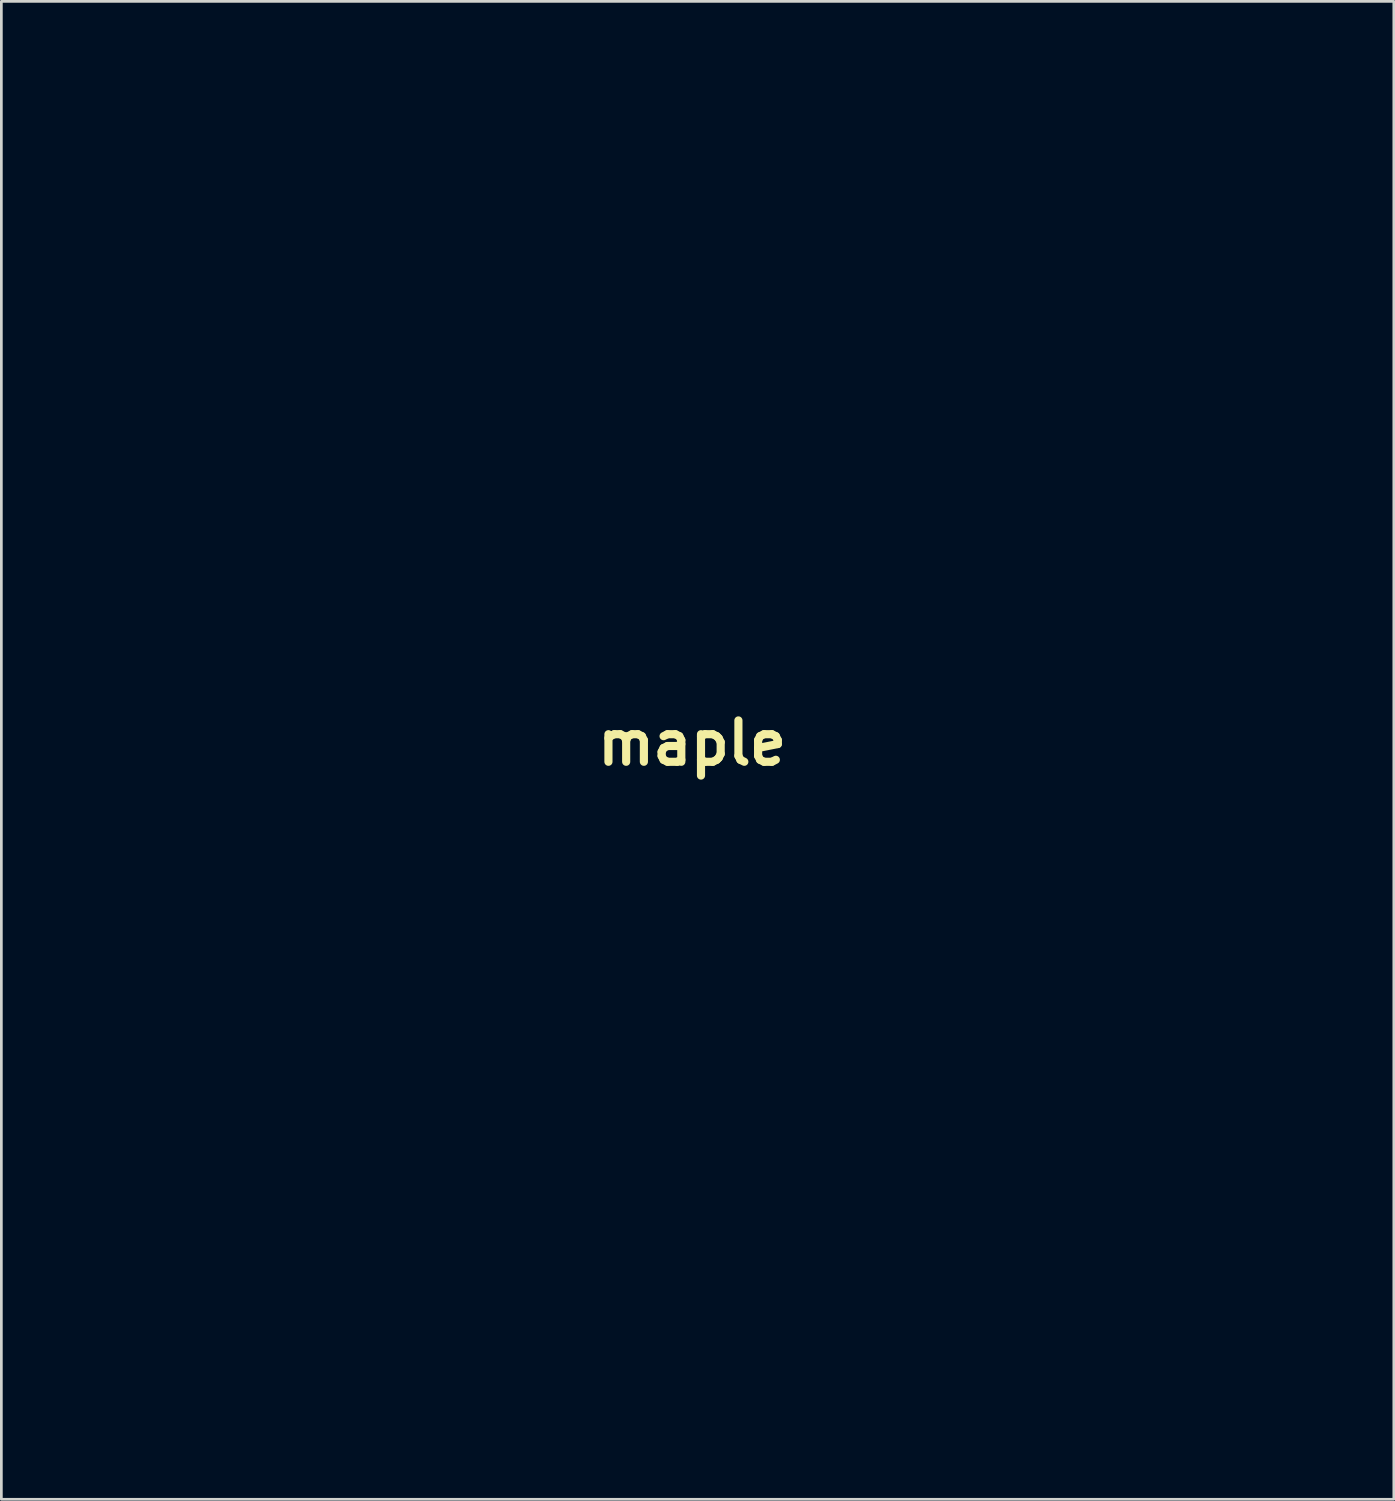
<source format=kicad_pcb>
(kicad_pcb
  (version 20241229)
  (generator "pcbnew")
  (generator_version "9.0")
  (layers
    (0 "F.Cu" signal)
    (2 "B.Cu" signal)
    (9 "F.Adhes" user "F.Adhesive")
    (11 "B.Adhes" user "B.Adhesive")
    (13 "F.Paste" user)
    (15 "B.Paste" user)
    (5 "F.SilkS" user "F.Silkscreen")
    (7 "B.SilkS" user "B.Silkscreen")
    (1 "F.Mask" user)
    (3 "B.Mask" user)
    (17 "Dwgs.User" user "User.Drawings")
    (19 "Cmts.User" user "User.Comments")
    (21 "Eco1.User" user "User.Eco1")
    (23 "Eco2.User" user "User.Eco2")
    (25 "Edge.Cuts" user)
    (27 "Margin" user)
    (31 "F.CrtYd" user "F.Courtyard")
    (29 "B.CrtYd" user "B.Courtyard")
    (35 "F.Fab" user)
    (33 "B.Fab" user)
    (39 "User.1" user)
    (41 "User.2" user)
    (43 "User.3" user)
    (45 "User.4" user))
  (footprint "maple"
    (layer "F.Cu")
    (at 22.457 24.334)
    (property "Reference" "maple" (at 0 0 0) (layer "F.SilkS") (effects (font (size 1.524 1.524) (thickness 0.3))))
    (attr through_hole)
    (fp_poly (pts (xy 0.532 -24.148) (xy 1.073 -23.495) (xy 1.729 -22.369) (xy 2.56 -20.769) (xy 2.79 -20.32) (xy 3.474 -18.997) (xy 4.077 -17.857) (xy 4.556 -16.98) (xy 4.869 -16.442) (xy 4.97 -16.309) (xy 5.249 -16.428) (xy 5.874 -16.743) (xy 6.724 -17.192) (xy 6.947 -17.312) (xy 7.882 -17.807) (xy 8.474 -18.066) (xy 8.842 -18.119) (xy 9.108 -17.993) (xy 9.248 -17.866) (xy 9.393 -17.688) (xy 9.483 -17.444) (xy 9.51 -17.064) (xy 9.469 -16.476) (xy 9.353 -15.609) (xy 9.155 -14.391) (xy 8.869 -12.751) (xy 8.709 -11.85) (xy 8.409 -10.177) (xy 8.135 -8.672) (xy 7.903 -7.42) (xy 7.728 -6.504) (xy 7.625 -6.005) (xy 7.61 -5.949) (xy 7.57 -5.654) (xy 7.755 -5.69) (xy 8.188 -6.079) (xy 8.894 -6.842) (xy 9.894 -8.001) (xy 10.25 -8.422) (xy 11.359 -9.716) (xy 12.199 -10.597) (xy 12.826 -11.079) (xy 13.296 -11.173) (xy 13.666 -10.892) (xy 13.993 -10.247) (xy 14.32 -9.291) (xy 14.634 -8.466) (xy 14.95 -7.911) (xy 15.157 -7.754) (xy 15.551 -7.813) (xy 16.34 -7.972) (xy 17.404 -8.206) (xy 18.368 -8.429) (xy 19.794 -8.755) (xy 20.809 -8.918) (xy 21.458 -8.86) (xy 21.786 -8.524) (xy 21.837 -7.855) (xy 21.658 -6.793) (xy 21.292 -5.284) (xy 21.186 -4.864) (xy 20.861 -3.552) (xy 20.592 -2.401) (xy 20.404 -1.524) (xy 20.322 -1.033) (xy 20.32 -0.999) (xy 20.545 -0.596) (xy 21.117 -0.149) (xy 21.341 -0.025) (xy 22.311 0.546) (xy 22.802 1.05) (xy 22.854 1.541) (xy 22.692 1.852) (xy 22.391 2.166) (xy 21.741 2.768) (xy 20.805 3.606) (xy 19.644 4.624) (xy 18.319 5.767) (xy 17.379 6.569) (xy 15.989 7.758) (xy 14.731 8.848) (xy 13.665 9.787) (xy 12.849 10.523) (xy 12.343 11.003) (xy 12.206 11.157) (xy 12.144 11.639) (xy 12.245 12.494) (xy 12.42 13.302) (xy 12.631 14.175) (xy 12.726 14.825) (xy 12.648 15.275) (xy 12.338 15.548) (xy 11.738 15.666) (xy 10.79 15.651) (xy 9.435 15.526) (xy 7.617 15.312) (xy 7.306 15.275) (xy 5.738 15.089) (xy 4.33 14.929) (xy 3.177 14.804) (xy 2.377 14.726) (xy 2.041 14.703) (xy 1.869 14.729) (xy 1.746 14.852) (xy 1.668 15.142) (xy 1.631 15.67) (xy 1.63 16.507) (xy 1.662 17.723) (xy 1.723 19.388) (xy 1.738 19.785) (xy 1.933 24.865) (xy -1.685 24.865) (xy -1.498 19.785) (xy -1.438 17.962) (xy -1.411 16.612) (xy -1.419 15.673) (xy -1.464 15.083) (xy -1.549 14.783) (xy -1.658 14.708) (xy -2.031 14.741) (xy -2.836 14.83) (xy -3.975 14.963) (xy -5.348 15.129) (xy -6.267 15.243) (xy -8.312 15.494) (xy -9.881 15.66) (xy -11.027 15.728) (xy -11.804 15.68) (xy -12.267 15.501) (xy -12.47 15.176) (xy -12.465 14.689) (xy -12.308 14.024) (xy -12.161 13.526) (xy -11.961 12.86) (xy -11.838 12.311) (xy -11.831 11.824) (xy -11.98 11.344) (xy -12.322 10.815) (xy -12.898 10.181) (xy -13.747 9.387) (xy -14.907 8.377) (xy -16.419 7.096) (xy -17.105 6.517) (xy -18.866 5.015) (xy -20.238 3.814) (xy -21.251 2.884) (xy -21.937 2.193) (xy -22.327 1.714) (xy -22.398 1.544) (xy -19.785 1.544) (xy -19.59 1.769) (xy -19.041 2.284) (xy -18.199 3.038) (xy -17.12 3.979) (xy -15.864 5.055) (xy -15.211 5.608) (xy -13.861 6.758) (xy -12.634 7.824) (xy -11.595 8.749) (xy -10.81 9.473) (xy -10.343 9.939) (xy -10.257 10.045) (xy -9.888 11.05) (xy -9.866 12.319) (xy -9.984 12.983) (xy -10.18 13.801) (xy -6.36 13.33) (xy -4.884 13.157) (xy -3.502 13.011) (xy -2.346 12.904) (xy -1.552 12.85) (xy -1.419 12.847) (xy -0.689 12.892) (xy -0.214 13.022) (xy -0.147 13.079) (xy 0.178 13.153) (xy 0.738 12.967) (xy 1.104 12.833) (xy 1.578 12.768) (xy 2.255 12.775) (xy 3.229 12.857) (xy 4.595 13.017) (xy 5.347 13.113) (xy 7.123 13.345) (xy 8.434 13.507) (xy 9.347 13.591) (xy 9.93 13.586) (xy 10.249 13.484) (xy 10.37 13.275) (xy 10.362 12.95) (xy 10.29 12.499) (xy 10.279 12.429) (xy 10.236 11.297) (xy 10.416 10.456) (xy 10.71 10.061) (xy 11.361 9.379) (xy 12.312 8.462) (xy 13.506 7.361) (xy 14.886 6.128) (xy 16.395 4.815) (xy 17.976 3.473) (xy 19.479 2.231) (xy 20.186 1.654) (xy 19.431 1.059) (xy 18.859 0.54) (xy 18.512 -0.005) (xy 18.378 -0.683) (xy 18.445 -1.601) (xy 18.7 -2.867) (xy 18.886 -3.632) (xy 19.16 -4.783) (xy 19.36 -5.73) (xy 19.462 -6.362) (xy 19.459 -6.565) (xy 19.154 -6.572) (xy 18.474 -6.468) (xy 17.56 -6.276) (xy 17.485 -6.258) (xy 16.059 -5.959) (xy 15.028 -5.854) (xy 14.287 -5.95) (xy 13.732 -6.254) (xy 13.435 -6.549) (xy 13.024 -7.133) (xy 12.835 -7.608) (xy 12.834 -7.635) (xy 12.758 -7.957) (xy 12.507 -7.935) (xy 12.044 -7.544) (xy 11.332 -6.755) (xy 10.818 -6.137) (xy 9.766 -4.898) (xy 8.939 -4.045) (xy 8.262 -3.519) (xy 7.665 -3.261) (xy 7.216 -3.208) (xy 6.602 -3.291) (xy 6.161 -3.574) (xy 5.886 -4.106) (xy 5.772 -4.937) (xy 5.816 -6.118) (xy 6.011 -7.699) (xy 6.353 -9.729) (xy 6.495 -10.494) (xy 6.82 -12.293) (xy 7.04 -13.695) (xy 7.151 -14.665) (xy 7.15 -15.167) (xy 7.104 -15.231) (xy 6.683 -15.076) (xy 6.299 -14.83) (xy 5.44 -14.475) (xy 4.489 -14.511) (xy 3.67 -14.923) (xy 3.55 -15.039) (xy 3.208 -15.52) (xy 2.708 -16.356) (xy 2.123 -17.424) (xy 1.63 -18.382) (xy 1.078 -19.465) (xy 0.607 -20.346) (xy 0.27 -20.93) (xy 0.123 -21.122) (xy -0.041 -20.896) (xy -0.384 -20.28) (xy -0.859 -19.366) (xy -1.415 -18.247) (xy -1.448 -18.178) (xy -2.031 -17.003) (xy -2.558 -15.98) (xy -2.97 -15.221) (xy -3.211 -14.836) (xy -3.768 -14.531) (xy -4.616 -14.456) (xy -5.561 -14.61) (xy -6.163 -14.846) (xy -6.491 -15.016) (xy -6.723 -15.097) (xy -6.858 -15.023) (xy -6.898 -14.733) (xy -6.841 -14.161) (xy -6.688 -13.245) (xy -6.438 -11.92) (xy -6.149 -10.427) (xy -5.765 -8.34) (xy -5.513 -6.707) (xy -5.389 -5.466) (xy -5.391 -4.554) (xy -5.515 -3.909) (xy -5.757 -3.468) (xy -5.79 -3.43) (xy -6.331 -3.014) (xy -6.937 -2.937) (xy -7.651 -3.225) (xy -8.519 -3.902) (xy -9.584 -4.994) (xy -10.565 -6.131) (xy -11.416 -7.127) (xy -11.995 -7.727) (xy -12.35 -7.966) (xy -12.528 -7.876) (xy -12.575 -7.553) (xy -12.836 -6.78) (xy -13.508 -6.138) (xy -13.97 -5.907) (xy -14.543 -5.804) (xy -15.374 -5.865) (xy -16.575 -6.102) (xy -16.84 -6.164) (xy -17.866 -6.403) (xy -18.691 -6.584) (xy -19.178 -6.678) (xy -19.241 -6.684) (xy -19.263 -6.447) (xy -19.146 -5.808) (xy -18.911 -4.874) (xy -18.689 -4.101) (xy -18.356 -2.914) (xy -18.094 -1.839) (xy -17.94 -1.031) (xy -17.914 -0.746) (xy -18.085 -0.092) (xy -18.504 0.595) (xy -19.031 1.132) (xy -19.506 1.337) (xy -19.776 1.49) (xy -19.785 1.544) (xy -22.398 1.544) (xy -22.452 1.416) (xy -22.452 1.415) (xy -22.286 0.933) (xy -21.724 0.43) (xy -21.189 0.097) (xy -20.471 -0.316) (xy -19.97 -0.609) (xy -19.827 -0.697) (xy -19.86 -0.964) (xy -20.017 -1.649) (xy -20.272 -2.656) (xy -20.603 -3.888) (xy -20.696 -4.223) (xy -21.14 -5.855) (xy -21.435 -7.05) (xy -21.589 -7.879) (xy -21.612 -8.416) (xy -21.511 -8.733) (xy -21.295 -8.903) (xy -21.251 -8.922) (xy -20.835 -8.927) (xy -20.028 -8.819) (xy -18.957 -8.618) (xy -18.045 -8.415) (xy -16.858 -8.143) (xy -15.841 -7.925) (xy -15.121 -7.788) (xy -14.851 -7.754) (xy -14.525 -8.003) (xy -14.23 -8.679) (xy -14.172 -8.89) (xy -13.835 -10.071) (xy -13.518 -10.8) (xy -13.178 -11.157) (xy -12.878 -11.229) (xy -12.491 -11.022) (xy -11.829 -10.428) (xy -10.933 -9.49) (xy -9.883 -8.292) (xy -8.992 -7.258) (xy -8.226 -6.399) (xy -7.648 -5.785) (xy -7.322 -5.485) (xy -7.276 -5.469) (xy -7.29 -5.753) (xy -7.394 -6.486) (xy -7.576 -7.593) (xy -7.821 -8.997) (xy -8.118 -10.622) (xy -8.285 -11.513) (xy -8.647 -13.435) (xy -8.913 -14.9) (xy -9.09 -15.978) (xy -9.186 -16.736) (xy -9.207 -17.243) (xy -9.162 -17.568) (xy -9.058 -17.778) (xy -8.969 -17.878) (xy -8.71 -18.078) (xy -8.404 -18.113) (xy -7.93 -17.956) (xy -7.169 -17.575) (xy -6.679 -17.312) (xy -5.792 -16.84) (xy -5.098 -16.488) (xy -4.72 -16.317) (xy -4.69 -16.309) (xy -4.53 -16.536) (xy -4.175 -17.164) (xy -3.668 -18.114) (xy -3.051 -19.309) (xy -2.54 -20.32) (xy -1.677 -22.032) (xy -0.997 -23.27) (xy -0.443 -24.036) (xy 0.047 -24.329) (xy 0.532 -24.148)) (stroke (width 0.01) (type solid)) (fill yes) (layer "F.Mask")))
  (gr_rect
    (start -3 -3)
    (end 48.316 52.204)
    (stroke (width 0.1) (type default))
    (fill no)
    (layer "Edge.Cuts")))
</source>
